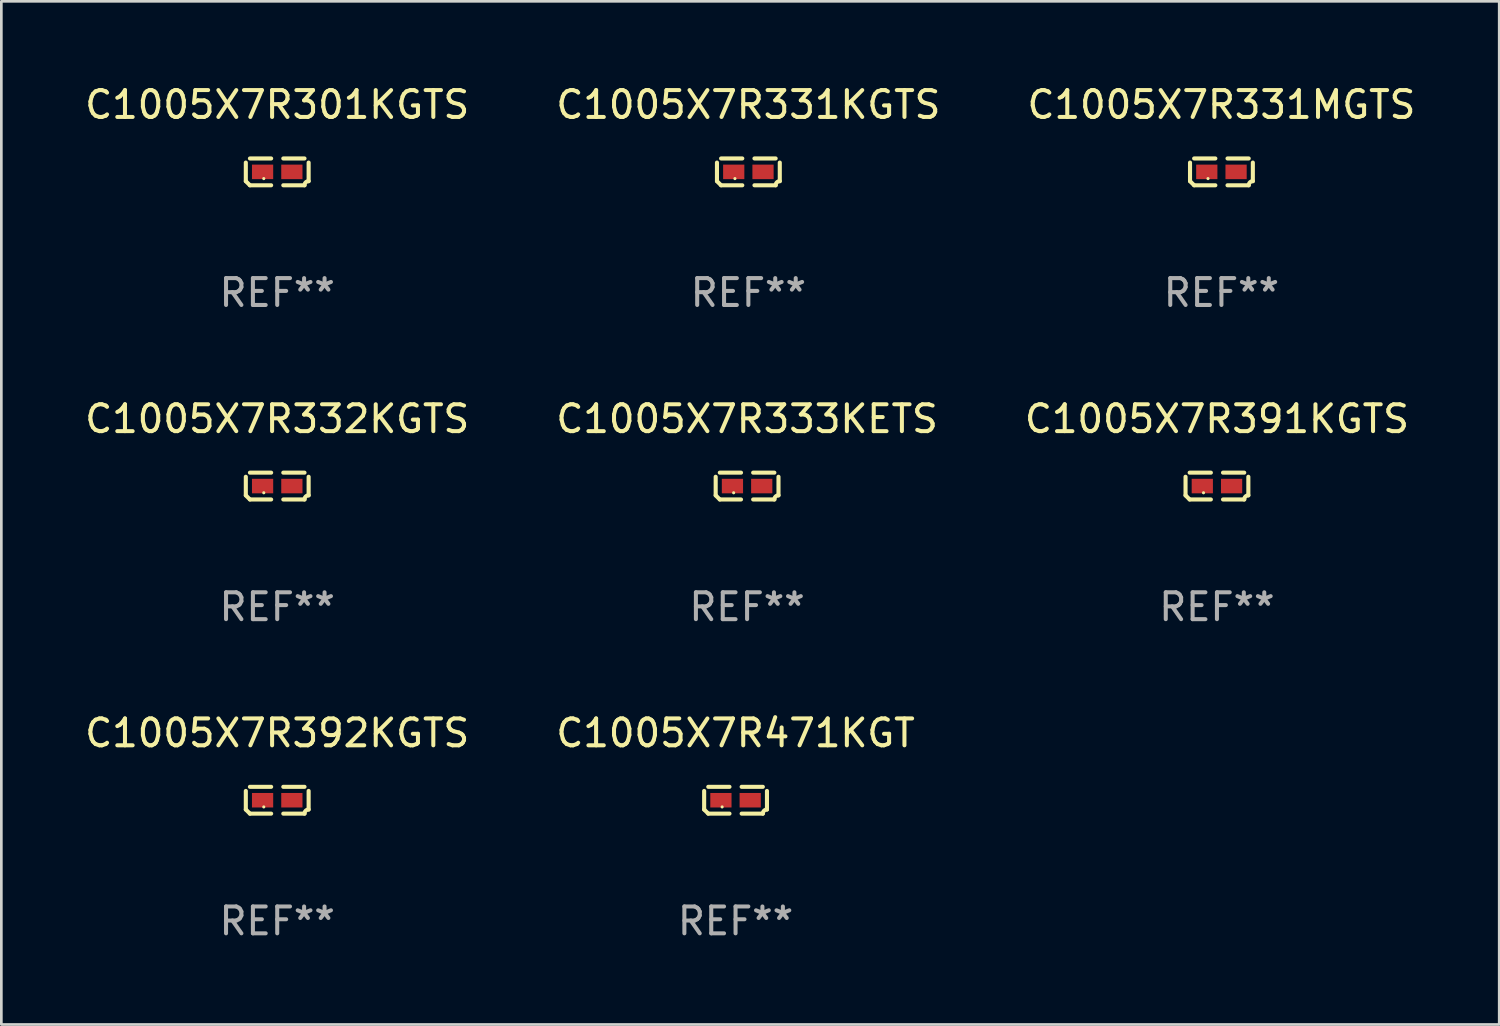
<source format=kicad_pcb>
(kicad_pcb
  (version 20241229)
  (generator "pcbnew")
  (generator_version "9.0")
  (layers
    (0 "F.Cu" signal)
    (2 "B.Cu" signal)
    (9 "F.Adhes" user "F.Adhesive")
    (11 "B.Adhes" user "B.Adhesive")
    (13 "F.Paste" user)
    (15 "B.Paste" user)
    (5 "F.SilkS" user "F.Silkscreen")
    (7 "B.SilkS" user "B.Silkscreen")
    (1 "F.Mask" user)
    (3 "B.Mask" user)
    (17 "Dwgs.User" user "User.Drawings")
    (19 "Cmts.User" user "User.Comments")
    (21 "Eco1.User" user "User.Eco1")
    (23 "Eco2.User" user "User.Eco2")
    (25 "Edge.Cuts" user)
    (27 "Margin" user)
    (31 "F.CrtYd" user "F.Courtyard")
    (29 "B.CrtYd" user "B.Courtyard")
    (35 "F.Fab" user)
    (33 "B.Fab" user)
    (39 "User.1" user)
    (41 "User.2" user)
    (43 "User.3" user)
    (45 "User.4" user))
  (footprint "C1005X7R391KGTS"
    (layer "F.Cu")
    (at 42.244 15.041)
    (property "Reference" "C1005X7R391KGTS" (at 0 -2.499 0) (layer "F.SilkS") (effects (font (size 1 1) (thickness 0.15))))
    (attr through_hole)
    (fp_line (start -1.169 0.346) (end -1.169 -0.346) (stroke (width 0.152) (type solid)) (layer "F.SilkS"))
    (fp_line (start -1.016 -0.499) (end -0.226 -0.499) (stroke (width 0.152) (type solid)) (layer "F.SilkS"))
    (fp_line (start -0.226 0.499) (end -1.016 0.499) (stroke (width 0.152) (type solid)) (layer "F.SilkS"))
    (fp_line (start 0.226 0.499) (end 1.016 0.499) (stroke (width 0.152) (type solid)) (layer "F.SilkS"))
    (fp_line (start 1.016 -0.499) (end 0.226 -0.499) (stroke (width 0.152) (type solid)) (layer "F.SilkS"))
    (fp_line (start 1.169 0.346) (end 1.169 -0.346) (stroke (width 0.152) (type solid)) (layer "F.SilkS"))
    (fp_arc (start -1.016307 0.498603) (mid -1.092512 0.422405) (end -1.16871 0.3462) (stroke (width 0.1524) (type solid)) (layer "F.SilkS"))
    (fp_arc (start 1.016307 0.498603) (mid 1.060899 0.390758) (end 1.168707 0.346076) (stroke (width 0.1524) (type solid)) (layer "F.SilkS"))
    (fp_circle (center -0.5 0.25) (end -0.47 0.25) (stroke (width 0.06) (type solid)) (fill no) (layer "F.SilkS"))
    (fp_text user "REF**" (at 0 4.499 0) (layer "F.Fab") (effects (font (size 1 1) (thickness 0.15))))
    (pad "1" smd rect (at -0.545 0) (size 0.79 0.54) (layers "F.Cu" "F.Mask" "F.Paste"))
    (pad "2" smd rect (at 0.545 0) (size 0.79 0.54) (layers "F.Cu" "F.Mask" "F.Paste")))
  (footprint "C1005X7R333KETS"
    (layer "F.Cu")
    (at 24.756 15.041)
    (property "Reference" "C1005X7R333KETS" (at 0 -2.499 0) (layer "F.SilkS") (effects (font (size 1 1) (thickness 0.15))))
    (attr through_hole)
    (fp_line (start -1.169 0.346) (end -1.169 -0.346) (stroke (width 0.152) (type solid)) (layer "F.SilkS"))
    (fp_line (start -1.016 -0.499) (end -0.226 -0.499) (stroke (width 0.152) (type solid)) (layer "F.SilkS"))
    (fp_line (start -0.226 0.499) (end -1.016 0.499) (stroke (width 0.152) (type solid)) (layer "F.SilkS"))
    (fp_line (start 0.226 0.499) (end 1.016 0.499) (stroke (width 0.152) (type solid)) (layer "F.SilkS"))
    (fp_line (start 1.016 -0.499) (end 0.226 -0.499) (stroke (width 0.152) (type solid)) (layer "F.SilkS"))
    (fp_line (start 1.169 0.346) (end 1.169 -0.346) (stroke (width 0.152) (type solid)) (layer "F.SilkS"))
    (fp_arc (start -1.016307 0.498603) (mid -1.092512 0.422405) (end -1.16871 0.3462) (stroke (width 0.1524) (type solid)) (layer "F.SilkS"))
    (fp_arc (start 1.016307 0.498603) (mid 1.060899 0.390758) (end 1.168707 0.346076) (stroke (width 0.1524) (type solid)) (layer "F.SilkS"))
    (fp_circle (center -0.5 0.25) (end -0.47 0.25) (stroke (width 0.06) (type solid)) (fill no) (layer "F.SilkS"))
    (fp_text user "REF**" (at 0 4.499 0) (layer "F.Fab") (effects (font (size 1 1) (thickness 0.15))))
    (pad "1" smd rect (at -0.545 0) (size 0.79 0.54) (layers "F.Cu" "F.Mask" "F.Paste"))
    (pad "2" smd rect (at 0.545 0) (size 0.79 0.54) (layers "F.Cu" "F.Mask" "F.Paste")))
  (footprint "C1005X7R301KGTS"
    (layer "F.Cu")
    (at 7.268 3.347)
    (property "Reference" "C1005X7R301KGTS" (at 0 -2.499 0) (layer "F.SilkS") (effects (font (size 1 1) (thickness 0.15))))
    (attr through_hole)
    (fp_line (start -1.169 0.346) (end -1.169 -0.346) (stroke (width 0.152) (type solid)) (layer "F.SilkS"))
    (fp_line (start -1.016 -0.499) (end -0.226 -0.499) (stroke (width 0.152) (type solid)) (layer "F.SilkS"))
    (fp_line (start -0.226 0.499) (end -1.016 0.499) (stroke (width 0.152) (type solid)) (layer "F.SilkS"))
    (fp_line (start 0.226 0.499) (end 1.016 0.499) (stroke (width 0.152) (type solid)) (layer "F.SilkS"))
    (fp_line (start 1.016 -0.499) (end 0.226 -0.499) (stroke (width 0.152) (type solid)) (layer "F.SilkS"))
    (fp_line (start 1.169 0.346) (end 1.169 -0.346) (stroke (width 0.152) (type solid)) (layer "F.SilkS"))
    (fp_arc (start -1.016307 0.498603) (mid -1.092512 0.422405) (end -1.16871 0.3462) (stroke (width 0.1524) (type solid)) (layer "F.SilkS"))
    (fp_arc (start 1.016307 0.498603) (mid 1.060899 0.390758) (end 1.168707 0.346076) (stroke (width 0.1524) (type solid)) (layer "F.SilkS"))
    (fp_circle (center -0.5 0.25) (end -0.47 0.25) (stroke (width 0.06) (type solid)) (fill no) (layer "F.SilkS"))
    (fp_text user "REF**" (at 0 4.499 0) (layer "F.Fab") (effects (font (size 1 1) (thickness 0.15))))
    (pad "1" smd rect (at -0.545 0) (size 0.79 0.54) (layers "F.Cu" "F.Mask" "F.Paste"))
    (pad "2" smd rect (at 0.545 0) (size 0.79 0.54) (layers "F.Cu" "F.Mask" "F.Paste")))
  (footprint "C1005X7R331MGTS"
    (layer "F.Cu")
    (at 42.411 3.347)
    (property "Reference" "C1005X7R331MGTS" (at 0 -2.499 0) (layer "F.SilkS") (effects (font (size 1 1) (thickness 0.15))))
    (attr through_hole)
    (fp_line (start -1.169 0.346) (end -1.169 -0.346) (stroke (width 0.152) (type solid)) (layer "F.SilkS"))
    (fp_line (start -1.016 -0.499) (end -0.226 -0.499) (stroke (width 0.152) (type solid)) (layer "F.SilkS"))
    (fp_line (start -0.226 0.499) (end -1.016 0.499) (stroke (width 0.152) (type solid)) (layer "F.SilkS"))
    (fp_line (start 0.226 0.499) (end 1.016 0.499) (stroke (width 0.152) (type solid)) (layer "F.SilkS"))
    (fp_line (start 1.016 -0.499) (end 0.226 -0.499) (stroke (width 0.152) (type solid)) (layer "F.SilkS"))
    (fp_line (start 1.169 0.346) (end 1.169 -0.346) (stroke (width 0.152) (type solid)) (layer "F.SilkS"))
    (fp_arc (start -1.016307 0.498603) (mid -1.092512 0.422405) (end -1.16871 0.3462) (stroke (width 0.1524) (type solid)) (layer "F.SilkS"))
    (fp_arc (start 1.016307 0.498603) (mid 1.060899 0.390758) (end 1.168707 0.346076) (stroke (width 0.1524) (type solid)) (layer "F.SilkS"))
    (fp_circle (center -0.5 0.25) (end -0.47 0.25) (stroke (width 0.06) (type solid)) (fill no) (layer "F.SilkS"))
    (fp_text user "REF**" (at 0 4.499 0) (layer "F.Fab") (effects (font (size 1 1) (thickness 0.15))))
    (pad "1" smd rect (at -0.545 0) (size 0.79 0.54) (layers "F.Cu" "F.Mask" "F.Paste"))
    (pad "2" smd rect (at 0.545 0) (size 0.79 0.54) (layers "F.Cu" "F.Mask" "F.Paste")))
  (footprint "C1005X7R471KGT"
    (layer "F.Cu")
    (at 24.327 26.734)
    (property "Reference" "C1005X7R471KGT" (at 0 -2.499 0) (layer "F.SilkS") (effects (font (size 1 1) (thickness 0.15))))
    (attr through_hole)
    (fp_line (start -1.169 0.346) (end -1.169 -0.346) (stroke (width 0.152) (type solid)) (layer "F.SilkS"))
    (fp_line (start -1.016 -0.499) (end -0.226 -0.499) (stroke (width 0.152) (type solid)) (layer "F.SilkS"))
    (fp_line (start -0.226 0.499) (end -1.016 0.499) (stroke (width 0.152) (type solid)) (layer "F.SilkS"))
    (fp_line (start 0.226 0.499) (end 1.016 0.499) (stroke (width 0.152) (type solid)) (layer "F.SilkS"))
    (fp_line (start 1.016 -0.499) (end 0.226 -0.499) (stroke (width 0.152) (type solid)) (layer "F.SilkS"))
    (fp_line (start 1.169 0.346) (end 1.169 -0.346) (stroke (width 0.152) (type solid)) (layer "F.SilkS"))
    (fp_arc (start -1.016307 0.498603) (mid -1.092512 0.422405) (end -1.16871 0.3462) (stroke (width 0.1524) (type solid)) (layer "F.SilkS"))
    (fp_arc (start 1.016307 0.498603) (mid 1.060899 0.390758) (end 1.168707 0.346076) (stroke (width 0.1524) (type solid)) (layer "F.SilkS"))
    (fp_circle (center -0.5 0.25) (end -0.47 0.25) (stroke (width 0.06) (type solid)) (fill no) (layer "F.SilkS"))
    (fp_text user "REF**" (at 0 4.499 0) (layer "F.Fab") (effects (font (size 1 1) (thickness 0.15))))
    (pad "1" smd rect (at -0.545 0) (size 0.79 0.54) (layers "F.Cu" "F.Mask" "F.Paste"))
    (pad "2" smd rect (at 0.545 0) (size 0.79 0.54) (layers "F.Cu" "F.Mask" "F.Paste")))
  (footprint "C1005X7R332KGTS"
    (layer "F.Cu")
    (at 7.268 15.041)
    (property "Reference" "C1005X7R332KGTS" (at 0 -2.499 0) (layer "F.SilkS") (effects (font (size 1 1) (thickness 0.15))))
    (attr through_hole)
    (fp_line (start -1.169 0.346) (end -1.169 -0.346) (stroke (width 0.152) (type solid)) (layer "F.SilkS"))
    (fp_line (start -1.016 -0.499) (end -0.226 -0.499) (stroke (width 0.152) (type solid)) (layer "F.SilkS"))
    (fp_line (start -0.226 0.499) (end -1.016 0.499) (stroke (width 0.152) (type solid)) (layer "F.SilkS"))
    (fp_line (start 0.226 0.499) (end 1.016 0.499) (stroke (width 0.152) (type solid)) (layer "F.SilkS"))
    (fp_line (start 1.016 -0.499) (end 0.226 -0.499) (stroke (width 0.152) (type solid)) (layer "F.SilkS"))
    (fp_line (start 1.169 0.346) (end 1.169 -0.346) (stroke (width 0.152) (type solid)) (layer "F.SilkS"))
    (fp_arc (start -1.016307 0.498603) (mid -1.092512 0.422405) (end -1.16871 0.3462) (stroke (width 0.1524) (type solid)) (layer "F.SilkS"))
    (fp_arc (start 1.016307 0.498603) (mid 1.060899 0.390758) (end 1.168707 0.346076) (stroke (width 0.1524) (type solid)) (layer "F.SilkS"))
    (fp_circle (center -0.5 0.25) (end -0.47 0.25) (stroke (width 0.06) (type solid)) (fill no) (layer "F.SilkS"))
    (fp_text user "REF**" (at 0 4.499 0) (layer "F.Fab") (effects (font (size 1 1) (thickness 0.15))))
    (pad "1" smd rect (at -0.545 0) (size 0.79 0.54) (layers "F.Cu" "F.Mask" "F.Paste"))
    (pad "2" smd rect (at 0.545 0) (size 0.79 0.54) (layers "F.Cu" "F.Mask" "F.Paste")))
  (footprint "C1005X7R392KGTS"
    (layer "F.Cu")
    (at 7.268 26.734)
    (property "Reference" "C1005X7R392KGTS" (at 0 -2.499 0) (layer "F.SilkS") (effects (font (size 1 1) (thickness 0.15))))
    (attr through_hole)
    (fp_line (start -1.169 0.346) (end -1.169 -0.346) (stroke (width 0.152) (type solid)) (layer "F.SilkS"))
    (fp_line (start -1.016 -0.499) (end -0.226 -0.499) (stroke (width 0.152) (type solid)) (layer "F.SilkS"))
    (fp_line (start -0.226 0.499) (end -1.016 0.499) (stroke (width 0.152) (type solid)) (layer "F.SilkS"))
    (fp_line (start 0.226 0.499) (end 1.016 0.499) (stroke (width 0.152) (type solid)) (layer "F.SilkS"))
    (fp_line (start 1.016 -0.499) (end 0.226 -0.499) (stroke (width 0.152) (type solid)) (layer "F.SilkS"))
    (fp_line (start 1.169 0.346) (end 1.169 -0.346) (stroke (width 0.152) (type solid)) (layer "F.SilkS"))
    (fp_arc (start -1.016307 0.498603) (mid -1.092512 0.422405) (end -1.16871 0.3462) (stroke (width 0.1524) (type solid)) (layer "F.SilkS"))
    (fp_arc (start 1.016307 0.498603) (mid 1.060899 0.390758) (end 1.168707 0.346076) (stroke (width 0.1524) (type solid)) (layer "F.SilkS"))
    (fp_circle (center -0.5 0.25) (end -0.47 0.25) (stroke (width 0.06) (type solid)) (fill no) (layer "F.SilkS"))
    (fp_text user "REF**" (at 0 4.499 0) (layer "F.Fab") (effects (font (size 1 1) (thickness 0.15))))
    (pad "1" smd rect (at -0.545 0) (size 0.79 0.54) (layers "F.Cu" "F.Mask" "F.Paste"))
    (pad "2" smd rect (at 0.545 0) (size 0.79 0.54) (layers "F.Cu" "F.Mask" "F.Paste")))
  (footprint "C1005X7R331KGTS"
    (layer "F.Cu")
    (at 24.804 3.347)
    (property "Reference" "C1005X7R331KGTS" (at 0 -2.499 0) (layer "F.SilkS") (effects (font (size 1 1) (thickness 0.15))))
    (attr through_hole)
    (fp_line (start -1.169 0.346) (end -1.169 -0.346) (stroke (width 0.152) (type solid)) (layer "F.SilkS"))
    (fp_line (start -1.016 -0.499) (end -0.226 -0.499) (stroke (width 0.152) (type solid)) (layer "F.SilkS"))
    (fp_line (start -0.226 0.499) (end -1.016 0.499) (stroke (width 0.152) (type solid)) (layer "F.SilkS"))
    (fp_line (start 0.226 0.499) (end 1.016 0.499) (stroke (width 0.152) (type solid)) (layer "F.SilkS"))
    (fp_line (start 1.016 -0.499) (end 0.226 -0.499) (stroke (width 0.152) (type solid)) (layer "F.SilkS"))
    (fp_line (start 1.169 0.346) (end 1.169 -0.346) (stroke (width 0.152) (type solid)) (layer "F.SilkS"))
    (fp_arc (start -1.016307 0.498603) (mid -1.092512 0.422405) (end -1.16871 0.3462) (stroke (width 0.1524) (type solid)) (layer "F.SilkS"))
    (fp_arc (start 1.016307 0.498603) (mid 1.060899 0.390758) (end 1.168707 0.346076) (stroke (width 0.1524) (type solid)) (layer "F.SilkS"))
    (fp_circle (center -0.5 0.25) (end -0.47 0.25) (stroke (width 0.06) (type solid)) (fill no) (layer "F.SilkS"))
    (fp_text user "REF**" (at 0 4.499 0) (layer "F.Fab") (effects (font (size 1 1) (thickness 0.15))))
    (pad "1" smd rect (at -0.545 0) (size 0.79 0.54) (layers "F.Cu" "F.Mask" "F.Paste"))
    (pad "2" smd rect (at 0.545 0) (size 0.79 0.54) (layers "F.Cu" "F.Mask" "F.Paste")))
  (gr_rect
    (start -3 -3)
    (end 52.75 35.081)
    (stroke (width 0.1) (type default))
    (fill no)
    (layer "Edge.Cuts")))
</source>
